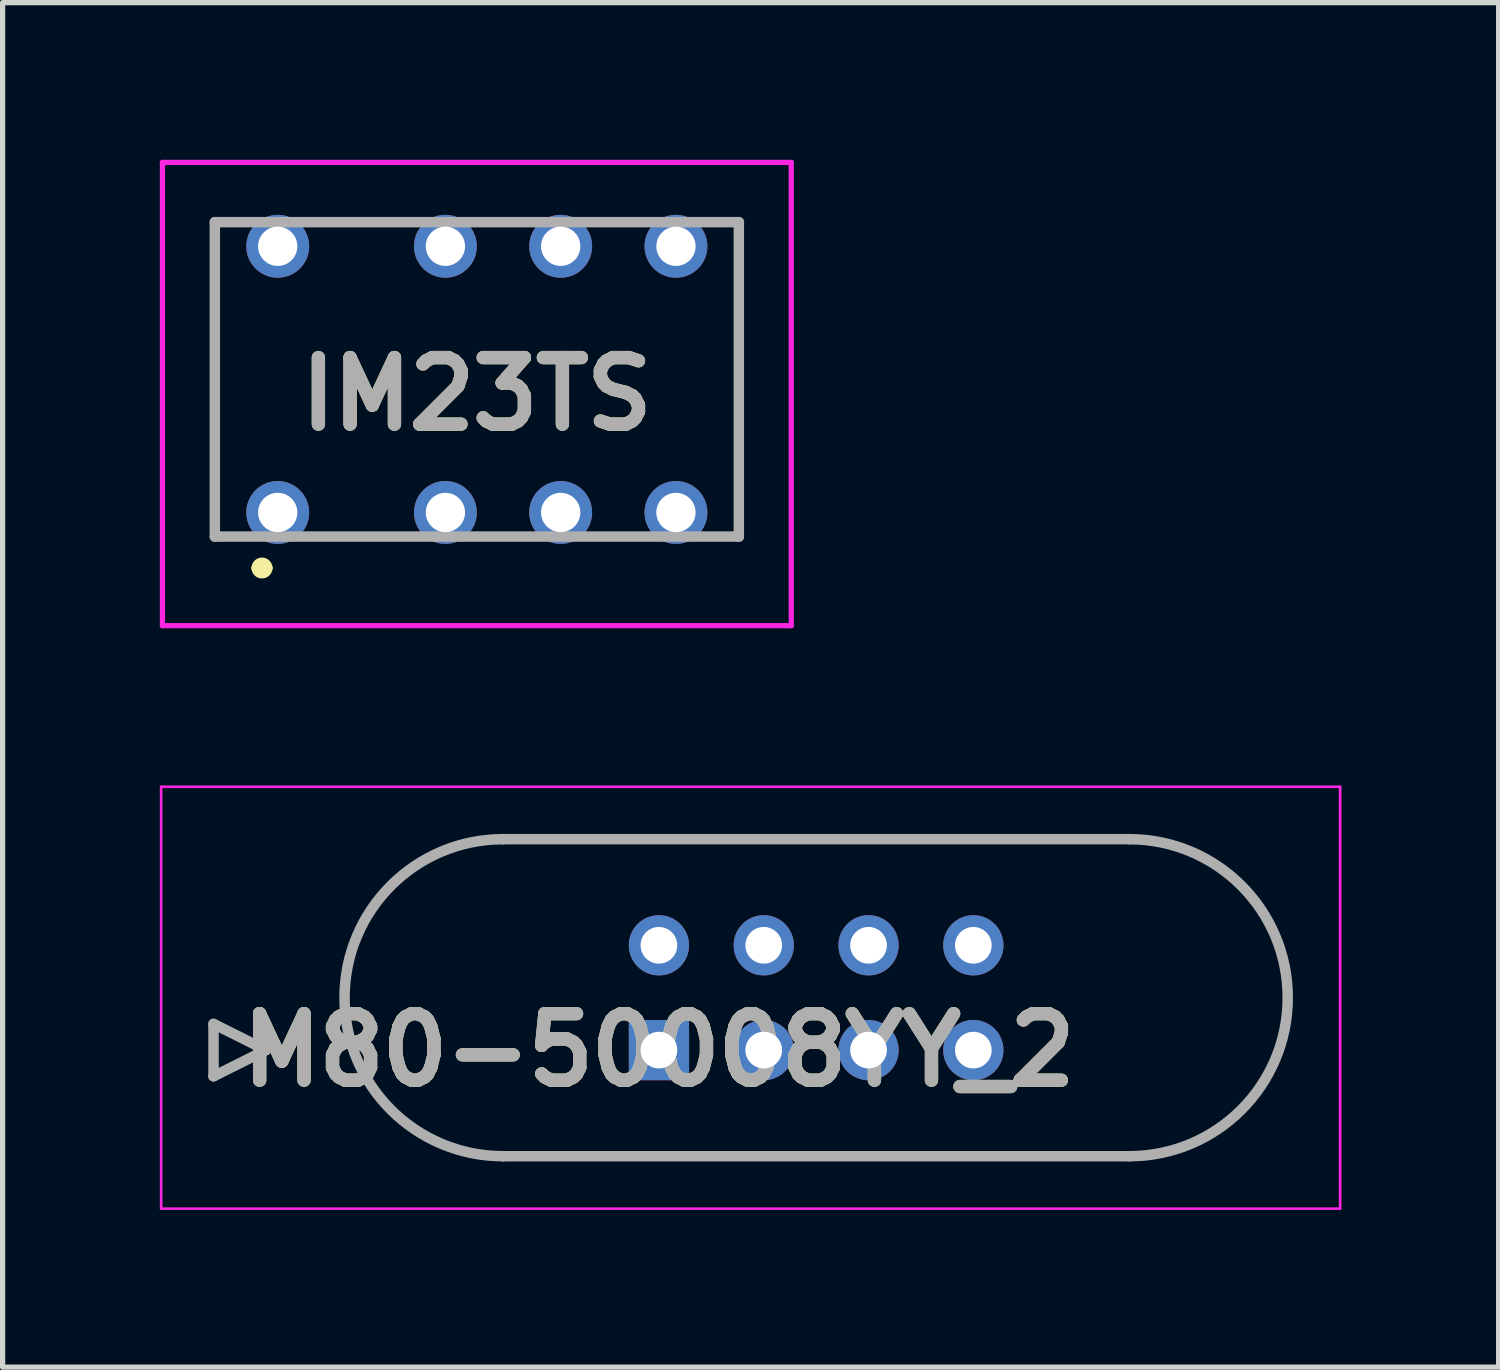
<source format=kicad_pcb>
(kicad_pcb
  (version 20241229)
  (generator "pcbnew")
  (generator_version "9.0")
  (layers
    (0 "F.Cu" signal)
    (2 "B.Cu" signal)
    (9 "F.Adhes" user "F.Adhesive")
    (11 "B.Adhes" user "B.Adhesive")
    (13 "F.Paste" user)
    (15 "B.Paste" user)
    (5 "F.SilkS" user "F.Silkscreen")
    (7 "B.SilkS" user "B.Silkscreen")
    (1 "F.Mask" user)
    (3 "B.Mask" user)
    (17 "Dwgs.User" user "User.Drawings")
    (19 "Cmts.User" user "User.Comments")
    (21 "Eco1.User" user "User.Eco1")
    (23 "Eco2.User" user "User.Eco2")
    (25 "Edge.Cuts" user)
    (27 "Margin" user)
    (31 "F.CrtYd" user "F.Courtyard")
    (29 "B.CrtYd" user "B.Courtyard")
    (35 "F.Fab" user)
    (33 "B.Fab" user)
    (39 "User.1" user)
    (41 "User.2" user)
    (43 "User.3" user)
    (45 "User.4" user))
  (footprint "IM23TS"
    (layer "F.Cu")
    (at 6.05 4.47)
    (property "Reference" "IM23TS" (at 0 0 0) (layer "F.SilkS") (effects (font (size 1.27 1.27) (thickness 0.254))))
    (attr through_hole)
    (fp_line (start -5 -3.28) (end -5 2.72) (stroke (width 0.1) (type solid)) (layer "F.SilkS"))
    (fp_line (start -4.2 3.32) (end -4.2 3.32) (stroke (width 0.2) (type solid)) (layer "F.SilkS"))
    (fp_line (start -4 3.32) (end -4 3.32) (stroke (width 0.2) (type solid)) (layer "F.SilkS"))
    (fp_line (start -3.2 -3.28) (end -1.2 -3.28) (stroke (width 0.1) (type solid)) (layer "F.SilkS"))
    (fp_line (start -3.2 2.72) (end -1.2 2.72) (stroke (width 0.1) (type solid)) (layer "F.SilkS"))
    (fp_line (start 5 -3.28) (end 5 2.72) (stroke (width 0.1) (type solid)) (layer "F.SilkS"))
    (fp_arc (start -4.2 3.32) (mid -4.1 3.22) (end -4 3.32) (stroke (width 0.2) (type solid)) (layer "F.SilkS"))
    (fp_arc (start -4 3.32) (mid -4.1 3.42) (end -4.2 3.32) (stroke (width 0.2) (type solid)) (layer "F.SilkS"))
    (fp_line (start -6 -4.42) (end 6 -4.42) (stroke (width 0.1) (type solid)) (layer "F.CrtYd"))
    (fp_line (start -6 4.42) (end -6 -4.42) (stroke (width 0.1) (type solid)) (layer "F.CrtYd"))
    (fp_line (start 6 -4.42) (end 6 4.42) (stroke (width 0.1) (type solid)) (layer "F.CrtYd"))
    (fp_line (start 6 4.42) (end -6 4.42) (stroke (width 0.1) (type solid)) (layer "F.CrtYd"))
    (fp_line (start -5 -3.28) (end 5 -3.28) (stroke (width 0.2) (type solid)) (layer "F.Fab"))
    (fp_line (start -5 2.72) (end -5 -3.28) (stroke (width 0.2) (type solid)) (layer "F.Fab"))
    (fp_line (start 5 -3.28) (end 5 2.72) (stroke (width 0.2) (type solid)) (layer "F.Fab"))
    (fp_line (start 5 2.72) (end -5 2.72) (stroke (width 0.2) (type solid)) (layer "F.Fab"))
    (fp_text user "${REFERENCE}" (at 0 0 0) (layer "F.Fab") (effects (font (size 1.27 1.27) (thickness 0.254))))
    (pad "1" thru_hole circle (at -3.8 2.26) (size 1.2 1.2) (drill 0.75) (layers "*.Cu" "*.Mask"))
    (pad "2" thru_hole circle (at -0.6 2.26) (size 1.2 1.2) (drill 0.75) (layers "*.Cu" "*.Mask"))
    (pad "3" thru_hole circle (at 1.6 2.26) (size 1.2 1.2) (drill 0.75) (layers "*.Cu" "*.Mask"))
    (pad "4" thru_hole circle (at 3.8 2.26) (size 1.2 1.2) (drill 0.75) (layers "*.Cu" "*.Mask"))
    (pad "5" thru_hole circle (at 3.8 -2.82) (size 1.2 1.2) (drill 0.75) (layers "*.Cu" "*.Mask"))
    (pad "6" thru_hole circle (at 1.6 -2.82) (size 1.2 1.2) (drill 0.75) (layers "*.Cu" "*.Mask"))
    (pad "7" thru_hole circle (at -0.6 -2.82) (size 1.2 1.2) (drill 0.75) (layers "*.Cu" "*.Mask"))
    (pad "8" thru_hole circle (at -3.8 -2.82) (size 1.2 1.2) (drill 0.75) (layers "*.Cu" "*.Mask")))
  (footprint "M80-50008YY_2"
    (layer "F.Cu")
    (at 9.525 16.99)
    (property "Reference" "M80-50008YY_2" (at 0 0 0) (layer "F.SilkS") (effects (font (size 1.27 1.27) (thickness 0.254))))
    (attr through_hole)
    (fp_line (start -8.5 -0.5) (end -7.5 0) (stroke (width 0.1) (type solid)) (layer "F.SilkS"))
    (fp_line (start -8.5 0.5) (end -8.5 -0.5) (stroke (width 0.1) (type solid)) (layer "F.SilkS"))
    (fp_line (start -7.5 0) (end -8.5 0.5) (stroke (width 0.1) (type solid)) (layer "F.SilkS"))
    (fp_line (start -2.975 -4.025) (end 8.975 -4.025) (stroke (width 0.1) (type solid)) (layer "F.SilkS"))
    (fp_line (start 8.975 2.025) (end -2.975 2.025) (stroke (width 0.1) (type solid)) (layer "F.SilkS"))
    (fp_arc (start -2.975 2.025) (mid -6 -1) (end -2.975 -4.025) (stroke (width 0.1) (type solid)) (layer "F.SilkS"))
    (fp_arc (start 8.975 -4.025) (mid 12 -1) (end 8.975 2.025) (stroke (width 0.1) (type solid)) (layer "F.SilkS"))
    (fp_line (start -9.5 -5.025) (end 13 -5.025) (stroke (width 0.05) (type solid)) (layer "F.CrtYd"))
    (fp_line (start -9.5 3.025) (end -9.5 -5.025) (stroke (width 0.05) (type solid)) (layer "F.CrtYd"))
    (fp_line (start 13 -5.025) (end 13 3.025) (stroke (width 0.05) (type solid)) (layer "F.CrtYd"))
    (fp_line (start 13 3.025) (end -9.5 3.025) (stroke (width 0.05) (type solid)) (layer "F.CrtYd"))
    (fp_line (start -8.5 -0.5) (end -7.5 0) (stroke (width 0.2) (type solid)) (layer "F.Fab"))
    (fp_line (start -8.5 0.5) (end -8.5 -0.5) (stroke (width 0.2) (type solid)) (layer "F.Fab"))
    (fp_line (start -7.5 0) (end -8.5 0.5) (stroke (width 0.2) (type solid)) (layer "F.Fab"))
    (fp_line (start -2.975 -4.025) (end 8.975 -4.025) (stroke (width 0.2) (type solid)) (layer "F.Fab"))
    (fp_line (start 8.975 2.025) (end -2.975 2.025) (stroke (width 0.2) (type solid)) (layer "F.Fab"))
    (fp_arc (start -2.975 2.025) (mid -6 -1) (end -2.975 -4.025) (stroke (width 0.2) (type solid)) (layer "F.Fab"))
    (fp_arc (start 8.975 -4.025) (mid 12 -1) (end 8.975 2.025) (stroke (width 0.2) (type solid)) (layer "F.Fab"))
    (fp_text user "${REFERENCE}" (at 0 0 0) (layer "F.Fab") (effects (font (size 1.27 1.27) (thickness 0.254))))
    (pad "1" thru_hole rect (at 0 0) (size 1.15 1.15) (drill 0.7) (layers "*.Cu" "*.Mask"))
    (pad "2" thru_hole circle (at 2 0) (size 1.15 1.15) (drill 0.7) (layers "*.Cu" "*.Mask"))
    (pad "3" thru_hole circle (at 4 0) (size 1.15 1.15) (drill 0.7) (layers "*.Cu" "*.Mask"))
    (pad "4" thru_hole circle (at 6 0) (size 1.15 1.15) (drill 0.7) (layers "*.Cu" "*.Mask"))
    (pad "5" thru_hole circle (at 0 -2) (size 1.15 1.15) (drill 0.7) (layers "*.Cu" "*.Mask"))
    (pad "6" thru_hole circle (at 2 -2) (size 1.15 1.15) (drill 0.7) (layers "*.Cu" "*.Mask"))
    (pad "7" thru_hole circle (at 4 -2) (size 1.15 1.15) (drill 0.7) (layers "*.Cu" "*.Mask"))
    (pad "8" thru_hole circle (at 6 -2) (size 1.15 1.15) (drill 0.7) (layers "*.Cu" "*.Mask")))
  (gr_rect
    (start -3 -3)
    (end 25.55 23.04)
    (stroke (width 0.1) (type default))
    (fill no)
    (layer "Edge.Cuts")))
</source>
